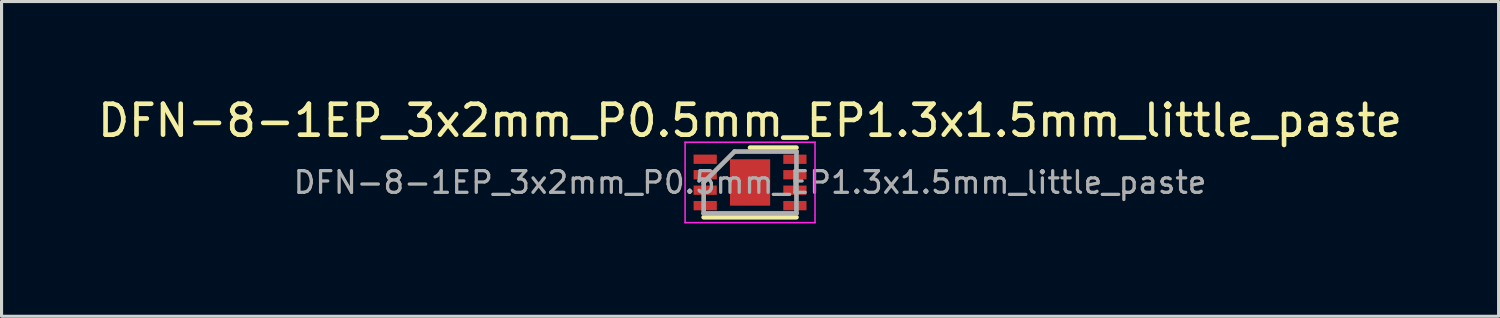
<source format=kicad_pcb>
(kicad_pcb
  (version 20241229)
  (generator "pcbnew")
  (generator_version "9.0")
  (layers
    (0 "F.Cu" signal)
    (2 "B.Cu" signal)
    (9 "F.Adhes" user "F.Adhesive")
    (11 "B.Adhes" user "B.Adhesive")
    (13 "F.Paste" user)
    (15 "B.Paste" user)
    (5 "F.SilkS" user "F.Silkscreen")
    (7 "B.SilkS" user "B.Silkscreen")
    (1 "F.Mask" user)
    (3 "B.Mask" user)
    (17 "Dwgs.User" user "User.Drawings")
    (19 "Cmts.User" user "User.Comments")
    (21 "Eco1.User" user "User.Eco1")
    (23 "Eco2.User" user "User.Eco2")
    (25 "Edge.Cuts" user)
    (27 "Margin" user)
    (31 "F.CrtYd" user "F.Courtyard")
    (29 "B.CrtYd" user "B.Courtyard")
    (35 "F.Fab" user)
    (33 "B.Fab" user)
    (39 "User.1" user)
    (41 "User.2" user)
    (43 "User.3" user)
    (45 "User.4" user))
  (footprint "DFN-8-1EP_3x2mm_P0.5mm_EP1.3x1.5mm_little_paste"
    (layer "F.Cu")
    (at 21.196 2.848)
    (property "Reference" "DFN-8-1EP_3x2mm_P0.5mm_EP1.3x1.5mm_little_paste" (at 0 -2 0) (layer "F.SilkS") (effects (font (size 1 1) (thickness 0.15))))
    (attr through_hole)
    (fp_line (start -1.5 1.125) (end 1.5 1.125) (stroke (width 0.15) (type solid)) (layer "F.SilkS"))
    (fp_line (start 0 -1.125) (end 1.5 -1.125) (stroke (width 0.15) (type solid)) (layer "F.SilkS"))
    (fp_line (start -2.1 -1.3) (end -2.1 1.3) (stroke (width 0.05) (type solid)) (layer "F.CrtYd"))
    (fp_line (start -2.1 -1.3) (end 2.1 -1.3) (stroke (width 0.05) (type solid)) (layer "F.CrtYd"))
    (fp_line (start -2.1 1.3) (end 2.1 1.3) (stroke (width 0.05) (type solid)) (layer "F.CrtYd"))
    (fp_line (start 2.1 -1.3) (end 2.1 1.3) (stroke (width 0.05) (type solid)) (layer "F.CrtYd"))
    (fp_line (start -1.5 0) (end -0.5 -1) (stroke (width 0.15) (type solid)) (layer "F.Fab"))
    (fp_line (start -1.5 1) (end -1.5 0) (stroke (width 0.15) (type solid)) (layer "F.Fab"))
    (fp_line (start -0.5 -1) (end 1.5 -1) (stroke (width 0.15) (type solid)) (layer "F.Fab"))
    (fp_line (start 1.5 -1) (end 1.5 1) (stroke (width 0.15) (type solid)) (layer "F.Fab"))
    (fp_line (start 1.5 1) (end -1.5 1) (stroke (width 0.15) (type solid)) (layer "F.Fab"))
    (fp_text user "${REFERENCE}" (at 0 0 0) (layer "F.Fab") (effects (font (size 0.7 0.7) (thickness 0.105))))
    (pad "" smd rect (at -0.325 -0.375) (size 0.4 0.5) (layers "F.Paste"))
    (pad "" smd rect (at -0.325 0.375) (size 0.4 0.5) (layers "F.Paste"))
    (pad "" smd rect (at 0.325 -0.375) (size 0.4 0.5) (layers "F.Paste"))
    (pad "" smd rect (at 0.325 0.375) (size 0.4 0.5) (layers "F.Paste"))
    (pad "1" smd rect (at -1.45 -0.75) (size 0.75 0.3) (layers "F.Cu" "F.Mask" "F.Paste"))
    (pad "2" smd rect (at -1.45 -0.25) (size 0.75 0.3) (layers "F.Cu" "F.Mask" "F.Paste"))
    (pad "3" smd rect (at -1.45 0.25) (size 0.75 0.3) (layers "F.Cu" "F.Mask" "F.Paste"))
    (pad "4" smd rect (at -1.45 0.75) (size 0.75 0.3) (layers "F.Cu" "F.Mask" "F.Paste"))
    (pad "5" smd rect (at 1.45 0.75) (size 0.75 0.3) (layers "F.Cu" "F.Mask" "F.Paste"))
    (pad "6" smd rect (at 1.45 0.25) (size 0.75 0.3) (layers "F.Cu" "F.Mask" "F.Paste"))
    (pad "7" smd rect (at 1.45 -0.25) (size 0.75 0.3) (layers "F.Cu" "F.Mask" "F.Paste"))
    (pad "8" smd rect (at 1.45 -0.75) (size 0.75 0.3) (layers "F.Cu" "F.Mask" "F.Paste"))
    (pad "9" smd rect (at 0 0) (size 1.3 1.5) (layers "F.Cu" "F.Mask")))
  (gr_rect
    (start -3 -3)
    (end 45.393 7.173)
    (stroke (width 0.1) (type default))
    (fill no)
    (layer "Edge.Cuts")))
</source>
